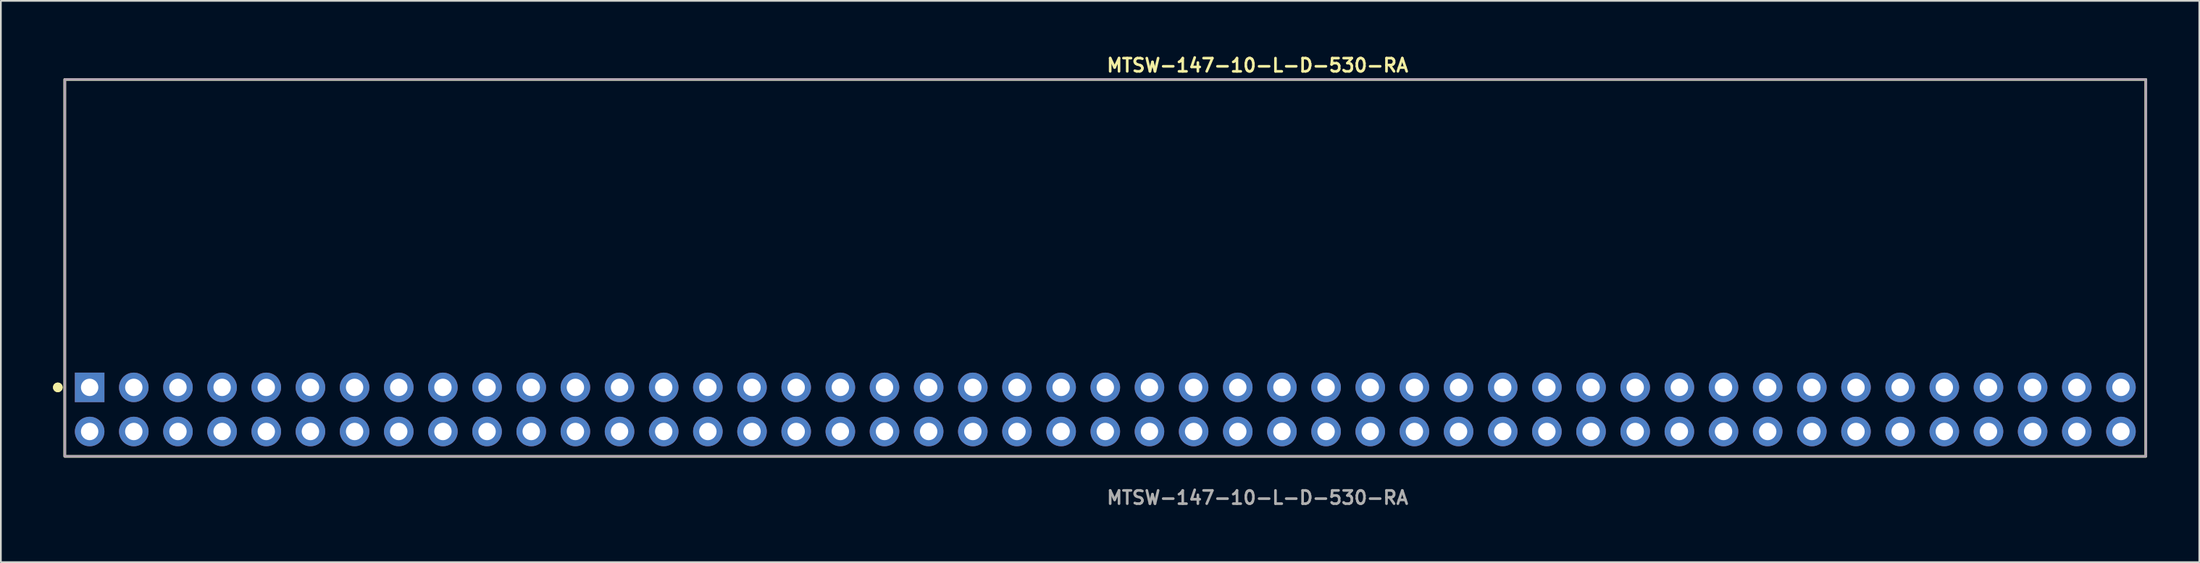
<source format=kicad_pcb>
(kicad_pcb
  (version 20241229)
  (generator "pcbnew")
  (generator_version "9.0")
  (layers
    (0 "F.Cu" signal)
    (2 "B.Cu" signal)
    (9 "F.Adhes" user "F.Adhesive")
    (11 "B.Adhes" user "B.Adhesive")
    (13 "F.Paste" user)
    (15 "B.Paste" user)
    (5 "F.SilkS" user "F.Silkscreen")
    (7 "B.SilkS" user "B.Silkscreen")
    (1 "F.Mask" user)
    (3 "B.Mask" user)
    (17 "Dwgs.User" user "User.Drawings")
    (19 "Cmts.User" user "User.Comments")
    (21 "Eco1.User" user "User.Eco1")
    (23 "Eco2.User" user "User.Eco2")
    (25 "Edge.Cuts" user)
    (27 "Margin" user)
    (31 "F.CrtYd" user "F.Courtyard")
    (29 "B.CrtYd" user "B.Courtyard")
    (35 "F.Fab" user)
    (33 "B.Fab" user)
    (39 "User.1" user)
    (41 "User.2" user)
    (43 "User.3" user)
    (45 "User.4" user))
  (footprint "MTSW-147-10-L-D-530-RA"
    (layer "F.Cu")
    (at 60.526 20.525)
    (property "Reference" "MTSW-147-10-L-D-530-RA" (at 0 -19.812 0) (unlocked yes) (layer "F.SilkS") (effects (font (size 0.762 0.762) (thickness 0.152)) (justify left)))
    (fp_rect (start -59.85 2.7) (end 59.85 -19) (stroke (width 0.152) (type solid)) (fill no) (layer "F.SilkS"))
    (fp_circle (center -60.25 -1.27) (end -60.45 -1.27) (stroke (width 0.152) (type solid)) (fill yes) (layer "F.SilkS"))
    (fp_circle (center -60.25 -1.27) (end -60.45 -1.27) (stroke (width 0.152) (type solid)) (fill yes) (layer "F.SilkS"))
    (fp_rect (start -59.85 2.7) (end 59.85 -19) (stroke (width 0.006) (type solid)) (fill no) (layer "F.CrtYd"))
    (fp_rect (start -59.85 2.7) (end 59.85 -19) (stroke (width 0.152) (type solid)) (fill no) (layer "F.Fab"))
    (fp_text user "${REFERENCE}" (at 0 5.08 0) (unlocked yes) (layer "F.Fab") (effects (font (size 0.762 0.762) (thickness 0.152)) (justify left)))
    (pad "1" thru_hole rect (at -58.42 -1.27) (size 1.7 1.7) (drill 1) (layers "*.Cu" "*.Mask"))
    (pad "2" thru_hole circle (at -58.42 1.27) (size 1.7 1.7) (drill 1) (layers "*.Cu" "*.Mask"))
    (pad "3" thru_hole circle (at -55.88 -1.27) (size 1.7 1.7) (drill 1) (layers "*.Cu" "*.Mask"))
    (pad "4" thru_hole circle (at -55.88 1.27) (size 1.7 1.7) (drill 1) (layers "*.Cu" "*.Mask"))
    (pad "5" thru_hole circle (at -53.34 -1.27) (size 1.7 1.7) (drill 1) (layers "*.Cu" "*.Mask"))
    (pad "6" thru_hole circle (at -53.34 1.27) (size 1.7 1.7) (drill 1) (layers "*.Cu" "*.Mask"))
    (pad "7" thru_hole circle (at -50.8 -1.27) (size 1.7 1.7) (drill 1) (layers "*.Cu" "*.Mask"))
    (pad "8" thru_hole circle (at -50.8 1.27) (size 1.7 1.7) (drill 1) (layers "*.Cu" "*.Mask"))
    (pad "9" thru_hole circle (at -48.26 -1.27) (size 1.7 1.7) (drill 1) (layers "*.Cu" "*.Mask"))
    (pad "10" thru_hole circle (at -48.26 1.27) (size 1.7 1.7) (drill 1) (layers "*.Cu" "*.Mask"))
    (pad "11" thru_hole circle (at -45.72 -1.27) (size 1.7 1.7) (drill 1) (layers "*.Cu" "*.Mask"))
    (pad "12" thru_hole circle (at -45.72 1.27) (size 1.7 1.7) (drill 1) (layers "*.Cu" "*.Mask"))
    (pad "13" thru_hole circle (at -43.18 -1.27) (size 1.7 1.7) (drill 1) (layers "*.Cu" "*.Mask"))
    (pad "14" thru_hole circle (at -43.18 1.27) (size 1.7 1.7) (drill 1) (layers "*.Cu" "*.Mask"))
    (pad "15" thru_hole circle (at -40.64 -1.27) (size 1.7 1.7) (drill 1) (layers "*.Cu" "*.Mask"))
    (pad "16" thru_hole circle (at -40.64 1.27) (size 1.7 1.7) (drill 1) (layers "*.Cu" "*.Mask"))
    (pad "17" thru_hole circle (at -38.1 -1.27) (size 1.7 1.7) (drill 1) (layers "*.Cu" "*.Mask"))
    (pad "18" thru_hole circle (at -38.1 1.27) (size 1.7 1.7) (drill 1) (layers "*.Cu" "*.Mask"))
    (pad "19" thru_hole circle (at -35.56 -1.27) (size 1.7 1.7) (drill 1) (layers "*.Cu" "*.Mask"))
    (pad "20" thru_hole circle (at -35.56 1.27) (size 1.7 1.7) (drill 1) (layers "*.Cu" "*.Mask"))
    (pad "21" thru_hole circle (at -33.02 -1.27) (size 1.7 1.7) (drill 1) (layers "*.Cu" "*.Mask"))
    (pad "22" thru_hole circle (at -33.02 1.27) (size 1.7 1.7) (drill 1) (layers "*.Cu" "*.Mask"))
    (pad "23" thru_hole circle (at -30.48 -1.27) (size 1.7 1.7) (drill 1) (layers "*.Cu" "*.Mask"))
    (pad "24" thru_hole circle (at -30.48 1.27) (size 1.7 1.7) (drill 1) (layers "*.Cu" "*.Mask"))
    (pad "25" thru_hole circle (at -27.94 -1.27) (size 1.7 1.7) (drill 1) (layers "*.Cu" "*.Mask"))
    (pad "26" thru_hole circle (at -27.94 1.27) (size 1.7 1.7) (drill 1) (layers "*.Cu" "*.Mask"))
    (pad "27" thru_hole circle (at -25.4 -1.27) (size 1.7 1.7) (drill 1) (layers "*.Cu" "*.Mask"))
    (pad "28" thru_hole circle (at -25.4 1.27) (size 1.7 1.7) (drill 1) (layers "*.Cu" "*.Mask"))
    (pad "29" thru_hole circle (at -22.86 -1.27) (size 1.7 1.7) (drill 1) (layers "*.Cu" "*.Mask"))
    (pad "30" thru_hole circle (at -22.86 1.27) (size 1.7 1.7) (drill 1) (layers "*.Cu" "*.Mask"))
    (pad "31" thru_hole circle (at -20.32 -1.27) (size 1.7 1.7) (drill 1) (layers "*.Cu" "*.Mask"))
    (pad "32" thru_hole circle (at -20.32 1.27) (size 1.7 1.7) (drill 1) (layers "*.Cu" "*.Mask"))
    (pad "33" thru_hole circle (at -17.78 -1.27) (size 1.7 1.7) (drill 1) (layers "*.Cu" "*.Mask"))
    (pad "34" thru_hole circle (at -17.78 1.27) (size 1.7 1.7) (drill 1) (layers "*.Cu" "*.Mask"))
    (pad "35" thru_hole circle (at -15.24 -1.27) (size 1.7 1.7) (drill 1) (layers "*.Cu" "*.Mask"))
    (pad "36" thru_hole circle (at -15.24 1.27) (size 1.7 1.7) (drill 1) (layers "*.Cu" "*.Mask"))
    (pad "37" thru_hole circle (at -12.7 -1.27) (size 1.7 1.7) (drill 1) (layers "*.Cu" "*.Mask"))
    (pad "38" thru_hole circle (at -12.7 1.27) (size 1.7 1.7) (drill 1) (layers "*.Cu" "*.Mask"))
    (pad "39" thru_hole circle (at -10.16 -1.27) (size 1.7 1.7) (drill 1) (layers "*.Cu" "*.Mask"))
    (pad "40" thru_hole circle (at -10.16 1.27) (size 1.7 1.7) (drill 1) (layers "*.Cu" "*.Mask"))
    (pad "41" thru_hole circle (at -7.62 -1.27) (size 1.7 1.7) (drill 1) (layers "*.Cu" "*.Mask"))
    (pad "42" thru_hole circle (at -7.62 1.27) (size 1.7 1.7) (drill 1) (layers "*.Cu" "*.Mask"))
    (pad "43" thru_hole circle (at -5.08 -1.27) (size 1.7 1.7) (drill 1) (layers "*.Cu" "*.Mask"))
    (pad "44" thru_hole circle (at -5.08 1.27) (size 1.7 1.7) (drill 1) (layers "*.Cu" "*.Mask"))
    (pad "45" thru_hole circle (at -2.54 -1.27) (size 1.7 1.7) (drill 1) (layers "*.Cu" "*.Mask"))
    (pad "46" thru_hole circle (at -2.54 1.27) (size 1.7 1.7) (drill 1) (layers "*.Cu" "*.Mask"))
    (pad "47" thru_hole circle (at 0 -1.27) (size 1.7 1.7) (drill 1) (layers "*.Cu" "*.Mask"))
    (pad "48" thru_hole circle (at 0 1.27) (size 1.7 1.7) (drill 1) (layers "*.Cu" "*.Mask"))
    (pad "49" thru_hole circle (at 2.54 -1.27) (size 1.7 1.7) (drill 1) (layers "*.Cu" "*.Mask"))
    (pad "50" thru_hole circle (at 2.54 1.27) (size 1.7 1.7) (drill 1) (layers "*.Cu" "*.Mask"))
    (pad "51" thru_hole circle (at 5.08 -1.27) (size 1.7 1.7) (drill 1) (layers "*.Cu" "*.Mask"))
    (pad "52" thru_hole circle (at 5.08 1.27) (size 1.7 1.7) (drill 1) (layers "*.Cu" "*.Mask"))
    (pad "53" thru_hole circle (at 7.62 -1.27) (size 1.7 1.7) (drill 1) (layers "*.Cu" "*.Mask"))
    (pad "54" thru_hole circle (at 7.62 1.27) (size 1.7 1.7) (drill 1) (layers "*.Cu" "*.Mask"))
    (pad "55" thru_hole circle (at 10.16 -1.27) (size 1.7 1.7) (drill 1) (layers "*.Cu" "*.Mask"))
    (pad "56" thru_hole circle (at 10.16 1.27) (size 1.7 1.7) (drill 1) (layers "*.Cu" "*.Mask"))
    (pad "57" thru_hole circle (at 12.7 -1.27) (size 1.7 1.7) (drill 1) (layers "*.Cu" "*.Mask"))
    (pad "58" thru_hole circle (at 12.7 1.27) (size 1.7 1.7) (drill 1) (layers "*.Cu" "*.Mask"))
    (pad "59" thru_hole circle (at 15.24 -1.27) (size 1.7 1.7) (drill 1) (layers "*.Cu" "*.Mask"))
    (pad "60" thru_hole circle (at 15.24 1.27) (size 1.7 1.7) (drill 1) (layers "*.Cu" "*.Mask"))
    (pad "61" thru_hole circle (at 17.78 -1.27) (size 1.7 1.7) (drill 1) (layers "*.Cu" "*.Mask"))
    (pad "62" thru_hole circle (at 17.78 1.27) (size 1.7 1.7) (drill 1) (layers "*.Cu" "*.Mask"))
    (pad "63" thru_hole circle (at 20.32 -1.27) (size 1.7 1.7) (drill 1) (layers "*.Cu" "*.Mask"))
    (pad "64" thru_hole circle (at 20.32 1.27) (size 1.7 1.7) (drill 1) (layers "*.Cu" "*.Mask"))
    (pad "65" thru_hole circle (at 22.86 -1.27) (size 1.7 1.7) (drill 1) (layers "*.Cu" "*.Mask"))
    (pad "66" thru_hole circle (at 22.86 1.27) (size 1.7 1.7) (drill 1) (layers "*.Cu" "*.Mask"))
    (pad "67" thru_hole circle (at 25.4 -1.27) (size 1.7 1.7) (drill 1) (layers "*.Cu" "*.Mask"))
    (pad "68" thru_hole circle (at 25.4 1.27) (size 1.7 1.7) (drill 1) (layers "*.Cu" "*.Mask"))
    (pad "69" thru_hole circle (at 27.94 -1.27) (size 1.7 1.7) (drill 1) (layers "*.Cu" "*.Mask"))
    (pad "70" thru_hole circle (at 27.94 1.27) (size 1.7 1.7) (drill 1) (layers "*.Cu" "*.Mask"))
    (pad "71" thru_hole circle (at 30.48 -1.27) (size 1.7 1.7) (drill 1) (layers "*.Cu" "*.Mask"))
    (pad "72" thru_hole circle (at 30.48 1.27) (size 1.7 1.7) (drill 1) (layers "*.Cu" "*.Mask"))
    (pad "73" thru_hole circle (at 33.02 -1.27) (size 1.7 1.7) (drill 1) (layers "*.Cu" "*.Mask"))
    (pad "74" thru_hole circle (at 33.02 1.27) (size 1.7 1.7) (drill 1) (layers "*.Cu" "*.Mask"))
    (pad "75" thru_hole circle (at 35.56 -1.27) (size 1.7 1.7) (drill 1) (layers "*.Cu" "*.Mask"))
    (pad "76" thru_hole circle (at 35.56 1.27) (size 1.7 1.7) (drill 1) (layers "*.Cu" "*.Mask"))
    (pad "77" thru_hole circle (at 38.1 -1.27) (size 1.7 1.7) (drill 1) (layers "*.Cu" "*.Mask"))
    (pad "78" thru_hole circle (at 38.1 1.27) (size 1.7 1.7) (drill 1) (layers "*.Cu" "*.Mask"))
    (pad "79" thru_hole circle (at 40.64 -1.27) (size 1.7 1.7) (drill 1) (layers "*.Cu" "*.Mask"))
    (pad "80" thru_hole circle (at 40.64 1.27) (size 1.7 1.7) (drill 1) (layers "*.Cu" "*.Mask"))
    (pad "81" thru_hole circle (at 43.18 -1.27) (size 1.7 1.7) (drill 1) (layers "*.Cu" "*.Mask"))
    (pad "82" thru_hole circle (at 43.18 1.27) (size 1.7 1.7) (drill 1) (layers "*.Cu" "*.Mask"))
    (pad "83" thru_hole circle (at 45.72 -1.27) (size 1.7 1.7) (drill 1) (layers "*.Cu" "*.Mask"))
    (pad "84" thru_hole circle (at 45.72 1.27) (size 1.7 1.7) (drill 1) (layers "*.Cu" "*.Mask"))
    (pad "85" thru_hole circle (at 48.26 -1.27) (size 1.7 1.7) (drill 1) (layers "*.Cu" "*.Mask"))
    (pad "86" thru_hole circle (at 48.26 1.27) (size 1.7 1.7) (drill 1) (layers "*.Cu" "*.Mask"))
    (pad "87" thru_hole circle (at 50.8 -1.27) (size 1.7 1.7) (drill 1) (layers "*.Cu" "*.Mask"))
    (pad "88" thru_hole circle (at 50.8 1.27) (size 1.7 1.7) (drill 1) (layers "*.Cu" "*.Mask"))
    (pad "89" thru_hole circle (at 53.34 -1.27) (size 1.7 1.7) (drill 1) (layers "*.Cu" "*.Mask"))
    (pad "90" thru_hole circle (at 53.34 1.27) (size 1.7 1.7) (drill 1) (layers "*.Cu" "*.Mask"))
    (pad "91" thru_hole circle (at 55.88 -1.27) (size 1.7 1.7) (drill 1) (layers "*.Cu" "*.Mask"))
    (pad "92" thru_hole circle (at 55.88 1.27) (size 1.7 1.7) (drill 1) (layers "*.Cu" "*.Mask"))
    (pad "93" thru_hole circle (at 58.42 -1.27) (size 1.7 1.7) (drill 1) (layers "*.Cu" "*.Mask"))
    (pad "94" thru_hole circle (at 58.42 1.27) (size 1.7 1.7) (drill 1) (layers "*.Cu" "*.Mask")))
  (gr_rect
    (start -3 -3)
    (end 123.452 29.318)
    (stroke (width 0.1) (type default))
    (fill no)
    (layer "Edge.Cuts")))
</source>
